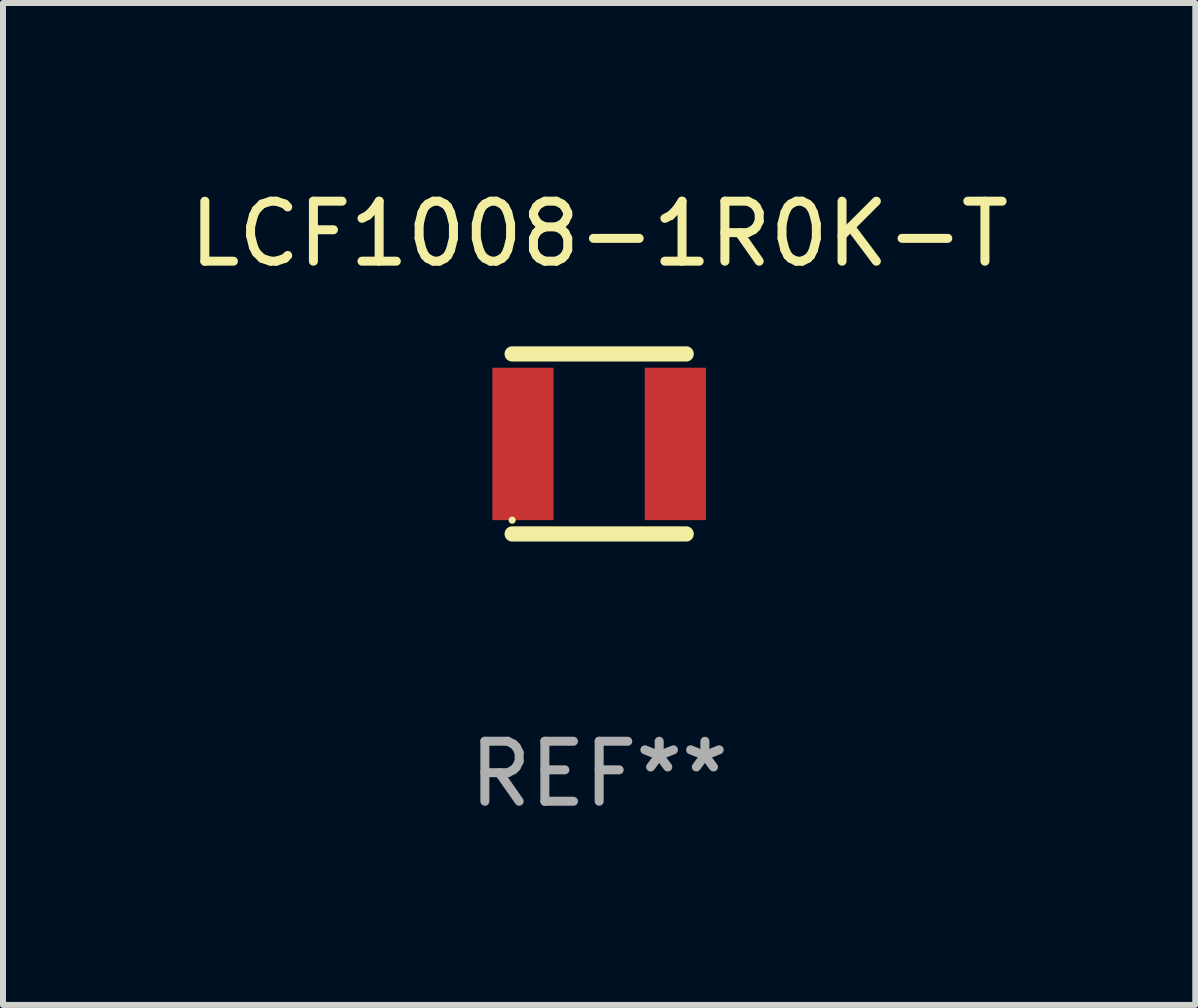
<source format=kicad_pcb>
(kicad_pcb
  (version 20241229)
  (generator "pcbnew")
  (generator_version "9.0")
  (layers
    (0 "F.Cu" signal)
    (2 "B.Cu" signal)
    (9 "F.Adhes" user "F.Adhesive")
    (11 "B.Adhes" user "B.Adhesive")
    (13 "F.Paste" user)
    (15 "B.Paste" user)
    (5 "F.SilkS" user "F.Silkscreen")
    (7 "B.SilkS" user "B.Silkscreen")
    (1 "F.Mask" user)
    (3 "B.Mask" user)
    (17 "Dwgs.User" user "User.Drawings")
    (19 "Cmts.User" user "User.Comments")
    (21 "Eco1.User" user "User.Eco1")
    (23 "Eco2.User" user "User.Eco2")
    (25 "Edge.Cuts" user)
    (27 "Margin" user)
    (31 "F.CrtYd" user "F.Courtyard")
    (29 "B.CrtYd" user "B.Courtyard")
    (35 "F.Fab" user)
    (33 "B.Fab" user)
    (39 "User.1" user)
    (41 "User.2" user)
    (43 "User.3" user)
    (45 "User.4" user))
  (footprint "LCF1008-1R0K-T"
    (layer "F.Cu")
    (at 6.935 4.348)
    (property "Reference" "LCF1008-1R0K-T" (at 0 -3.5 0) (layer "F.SilkS") (effects (font (size 1 1) (thickness 0.15))))
    (attr through_hole)
    (fp_line (start -1.45 -1.5) (end 1.45 -1.5) (stroke (width 0.254) (type solid)) (layer "F.SilkS"))
    (fp_line (start -1.45 1.5) (end 1.45 1.5) (stroke (width 0.254) (type solid)) (layer "F.SilkS"))
    (fp_circle (center -1.45 1.27) (end -1.42 1.27) (stroke (width 0.06) (type solid)) (fill no) (layer "F.SilkS"))
    (fp_text user "REF**" (at 0 5.5 0) (layer "F.Fab") (effects (font (size 1 1) (thickness 0.15))))
    (pad "1" smd rect (at -1.27 0 90) (size 2.54 1.02) (layers "F.Cu" "F.Mask" "F.Paste"))
    (pad "2" smd rect (at 1.27 0 90) (size 2.54 1.02) (layers "F.Cu" "F.Mask" "F.Paste")))
  (gr_rect
    (start -3 -3)
    (end 16.869 13.697)
    (stroke (width 0.1) (type default))
    (fill no)
    (layer "Edge.Cuts")))
</source>
